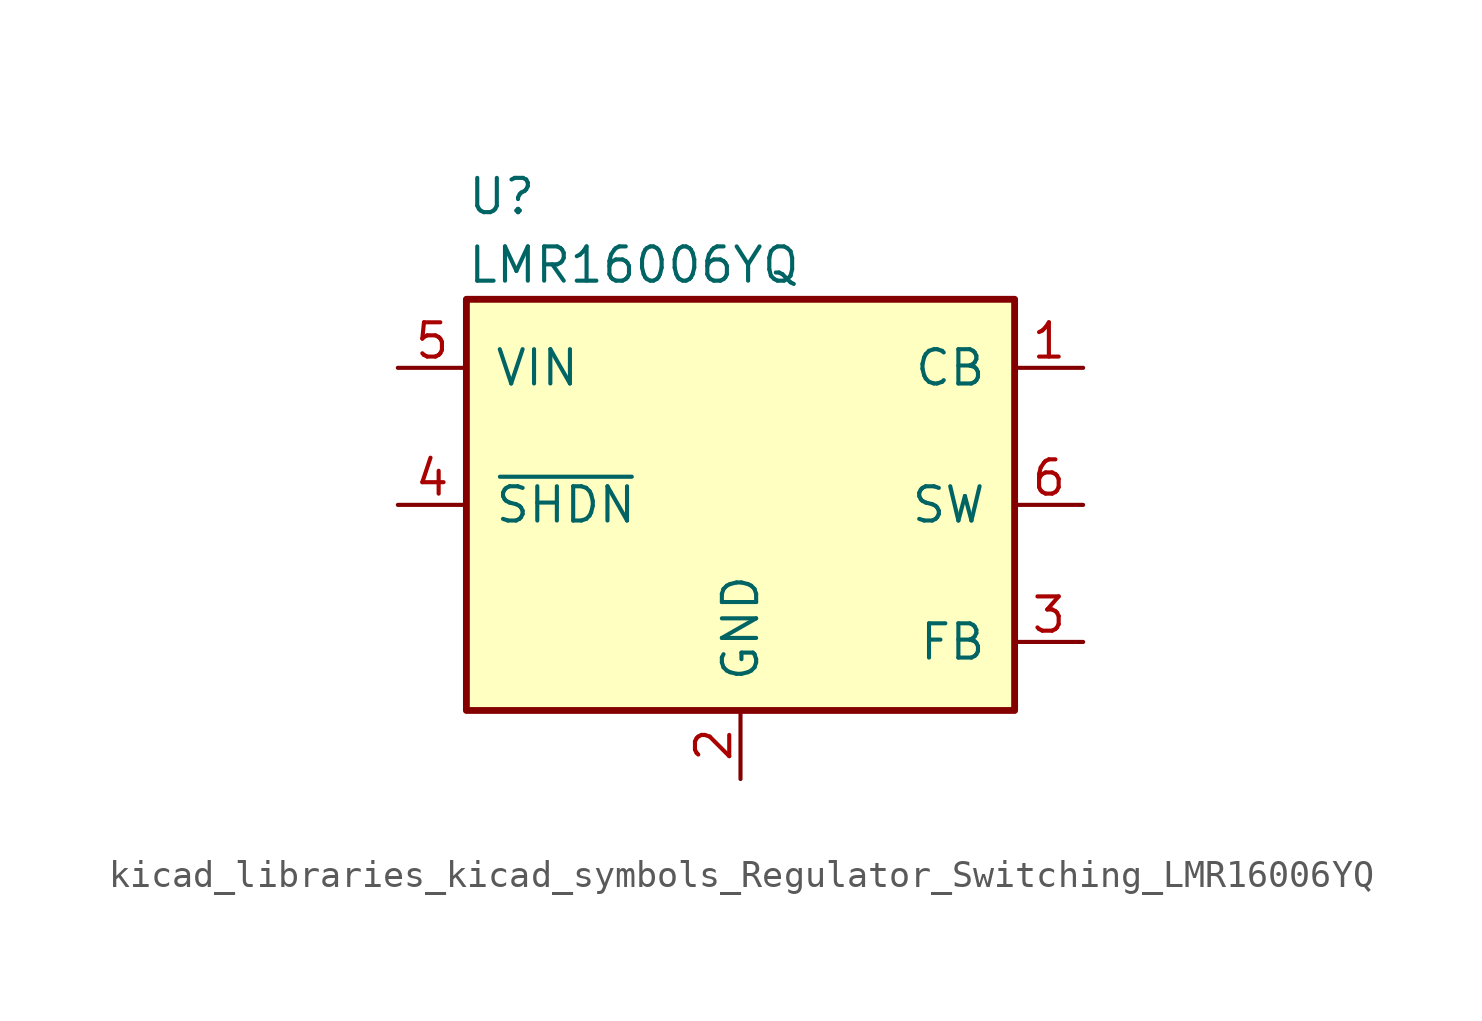
<source format=kicad_sym>
(kicad_symbol_lib
  (version 20220914)
  (generator kicad_symbol_editor)
  (symbol "kicad_libraries_kicad_symbols_Regulator_Switching_LMR16006YQ"
    (pin_names
      (offset 1.016))
    (property "Reference" "U"
      (at -10.16 11.43 0)
      (effects (font (size 1.27 1.27)) (justify left)))
    (property "Value" "LMR16006YQ"
      (at -10.16 8.89 0)
      (effects (font (size 1.27 1.27)) (justify left)))
    (symbol "kicad_libraries_kicad_symbols_Regulator_Switching_LMR16006YQ_0_1"
      (rectangle (start -10.16 7.62) (end 10.16 -7.62) (stroke (width 0.254) (type default)) (fill (type background))))
    (symbol "kicad_libraries_kicad_symbols_Regulator_Switching_LMR16006YQ_1_1"
      (pin input line (at 12.7 5.08 180) (length 2.54) (name "CB" (effects (font (size 1.27 1.27)))) (number "1" (effects (font (size 1.27 1.27)))))
      (pin power_in line (at 0 -10.16 90) (length 2.54) (name "GND" (effects (font (size 1.27 1.27)))) (number "2" (effects (font (size 1.27 1.27)))))
      (pin input line (at 12.7 -5.08 180) (length 2.54) (name "FB" (effects (font (size 1.27 1.27)))) (number "3" (effects (font (size 1.27 1.27)))))
      (pin input line (at -12.7 0 0) (length 2.54) (name "~{SHDN}" (effects (font (size 1.27 1.27)))) (number "4" (effects (font (size 1.27 1.27)))))
      (pin power_in line (at -12.7 5.08 0) (length 2.54) (name "VIN" (effects (font (size 1.27 1.27)))) (number "5" (effects (font (size 1.27 1.27)))))
      (pin output line (at 12.7 0 180) (length 2.54) (name "SW" (effects (font (size 1.27 1.27)))) (number "6" (effects (font (size 1.27 1.27))))))))
</source>
